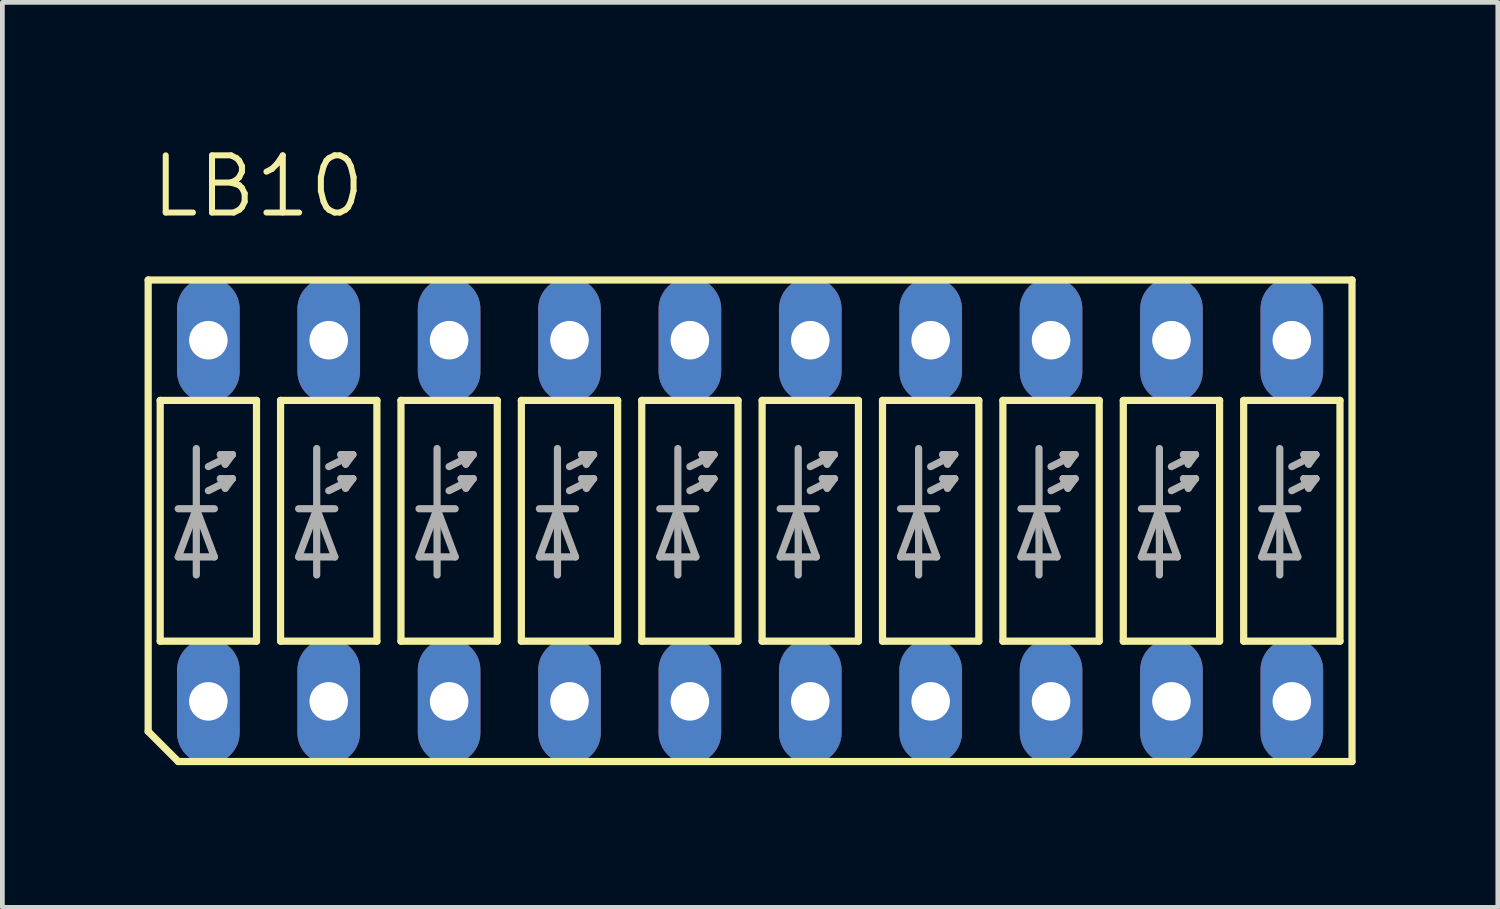
<source format=kicad_pcb>
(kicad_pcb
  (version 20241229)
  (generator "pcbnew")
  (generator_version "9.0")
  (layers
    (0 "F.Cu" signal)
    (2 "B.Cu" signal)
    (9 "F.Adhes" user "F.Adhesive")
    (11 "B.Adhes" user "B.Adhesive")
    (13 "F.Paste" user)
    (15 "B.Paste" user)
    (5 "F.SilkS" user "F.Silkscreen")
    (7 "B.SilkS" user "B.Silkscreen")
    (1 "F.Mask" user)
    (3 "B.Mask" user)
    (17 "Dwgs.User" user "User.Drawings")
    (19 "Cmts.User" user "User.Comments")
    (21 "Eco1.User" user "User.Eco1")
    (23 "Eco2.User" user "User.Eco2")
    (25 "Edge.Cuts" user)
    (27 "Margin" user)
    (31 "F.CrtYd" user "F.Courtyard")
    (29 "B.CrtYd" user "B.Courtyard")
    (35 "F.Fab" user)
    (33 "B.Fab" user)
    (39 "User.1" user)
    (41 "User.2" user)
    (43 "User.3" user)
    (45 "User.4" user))
  (footprint "LB10"
    (layer "F.Cu")
    (at 12.776 7.938)
    (property "Reference" "LB10" (at -12.7 -6.35 0) (layer "F.SilkS") (effects (font (size 1.206 1.206) (thickness 0.127)) (justify left bottom)))
    (attr through_hole)
    (fp_line (start -12.7 -5.08) (end 12.7 -5.08) (stroke (width 0.152) (type solid)) (layer "F.SilkS"))
    (fp_line (start -12.7 4.445) (end -12.7 -5.08) (stroke (width 0.152) (type solid)) (layer "F.SilkS"))
    (fp_line (start -12.7 4.445) (end -12.065 5.08) (stroke (width 0.152) (type solid)) (layer "F.SilkS"))
    (fp_line (start -12.446 -2.54) (end -10.414 -2.54) (stroke (width 0.152) (type solid)) (layer "F.SilkS"))
    (fp_line (start -12.446 2.54) (end -12.446 -2.54) (stroke (width 0.152) (type solid)) (layer "F.SilkS"))
    (fp_line (start -12.065 5.08) (end 12.7 5.08) (stroke (width 0.152) (type solid)) (layer "F.SilkS"))
    (fp_line (start -10.414 -2.54) (end -10.414 2.54) (stroke (width 0.152) (type solid)) (layer "F.SilkS"))
    (fp_line (start -10.414 2.54) (end -12.446 2.54) (stroke (width 0.152) (type solid)) (layer "F.SilkS"))
    (fp_line (start -9.906 -2.54) (end -7.874 -2.54) (stroke (width 0.152) (type solid)) (layer "F.SilkS"))
    (fp_line (start -9.906 2.54) (end -9.906 -2.54) (stroke (width 0.152) (type solid)) (layer "F.SilkS"))
    (fp_line (start -7.874 -2.54) (end -7.874 2.54) (stroke (width 0.152) (type solid)) (layer "F.SilkS"))
    (fp_line (start -7.874 2.54) (end -9.906 2.54) (stroke (width 0.152) (type solid)) (layer "F.SilkS"))
    (fp_line (start -7.366 -2.54) (end -5.334 -2.54) (stroke (width 0.152) (type solid)) (layer "F.SilkS"))
    (fp_line (start -7.366 2.54) (end -7.366 -2.54) (stroke (width 0.152) (type solid)) (layer "F.SilkS"))
    (fp_line (start -5.334 -2.54) (end -5.334 2.54) (stroke (width 0.152) (type solid)) (layer "F.SilkS"))
    (fp_line (start -5.334 2.54) (end -7.366 2.54) (stroke (width 0.152) (type solid)) (layer "F.SilkS"))
    (fp_line (start -4.826 -2.54) (end -4.826 2.54) (stroke (width 0.152) (type solid)) (layer "F.SilkS"))
    (fp_line (start -4.826 2.54) (end -2.794 2.54) (stroke (width 0.152) (type solid)) (layer "F.SilkS"))
    (fp_line (start -2.794 -2.54) (end -4.826 -2.54) (stroke (width 0.152) (type solid)) (layer "F.SilkS"))
    (fp_line (start -2.794 2.54) (end -2.794 -2.54) (stroke (width 0.152) (type solid)) (layer "F.SilkS"))
    (fp_line (start -2.286 -2.54) (end -2.286 2.54) (stroke (width 0.152) (type solid)) (layer "F.SilkS"))
    (fp_line (start -2.286 2.54) (end -0.254 2.54) (stroke (width 0.152) (type solid)) (layer "F.SilkS"))
    (fp_line (start -0.254 -2.54) (end -2.286 -2.54) (stroke (width 0.152) (type solid)) (layer "F.SilkS"))
    (fp_line (start -0.254 2.54) (end -0.254 -2.54) (stroke (width 0.152) (type solid)) (layer "F.SilkS"))
    (fp_line (start 0.254 -2.54) (end 0.254 2.54) (stroke (width 0.152) (type solid)) (layer "F.SilkS"))
    (fp_line (start 0.254 2.54) (end 2.286 2.54) (stroke (width 0.152) (type solid)) (layer "F.SilkS"))
    (fp_line (start 2.286 -2.54) (end 0.254 -2.54) (stroke (width 0.152) (type solid)) (layer "F.SilkS"))
    (fp_line (start 2.286 2.54) (end 2.286 -2.54) (stroke (width 0.152) (type solid)) (layer "F.SilkS"))
    (fp_line (start 2.794 -2.54) (end 2.794 2.54) (stroke (width 0.152) (type solid)) (layer "F.SilkS"))
    (fp_line (start 2.794 2.54) (end 4.826 2.54) (stroke (width 0.152) (type solid)) (layer "F.SilkS"))
    (fp_line (start 4.826 -2.54) (end 2.794 -2.54) (stroke (width 0.152) (type solid)) (layer "F.SilkS"))
    (fp_line (start 4.826 2.54) (end 4.826 -2.54) (stroke (width 0.152) (type solid)) (layer "F.SilkS"))
    (fp_line (start 5.334 -2.54) (end 5.334 2.54) (stroke (width 0.152) (type solid)) (layer "F.SilkS"))
    (fp_line (start 5.334 2.54) (end 7.366 2.54) (stroke (width 0.152) (type solid)) (layer "F.SilkS"))
    (fp_line (start 7.366 -2.54) (end 5.334 -2.54) (stroke (width 0.152) (type solid)) (layer "F.SilkS"))
    (fp_line (start 7.366 2.54) (end 7.366 -2.54) (stroke (width 0.152) (type solid)) (layer "F.SilkS"))
    (fp_line (start 7.874 -2.54) (end 7.874 2.54) (stroke (width 0.152) (type solid)) (layer "F.SilkS"))
    (fp_line (start 7.874 2.54) (end 9.906 2.54) (stroke (width 0.152) (type solid)) (layer "F.SilkS"))
    (fp_line (start 9.906 -2.54) (end 7.874 -2.54) (stroke (width 0.152) (type solid)) (layer "F.SilkS"))
    (fp_line (start 9.906 2.54) (end 9.906 -2.54) (stroke (width 0.152) (type solid)) (layer "F.SilkS"))
    (fp_line (start 10.414 -2.54) (end 10.414 2.54) (stroke (width 0.152) (type solid)) (layer "F.SilkS"))
    (fp_line (start 10.414 2.54) (end 12.446 2.54) (stroke (width 0.152) (type solid)) (layer "F.SilkS"))
    (fp_line (start 12.446 -2.54) (end 10.414 -2.54) (stroke (width 0.152) (type solid)) (layer "F.SilkS"))
    (fp_line (start 12.446 2.54) (end 12.446 -2.54) (stroke (width 0.152) (type solid)) (layer "F.SilkS"))
    (fp_line (start 12.7 5.08) (end 12.7 -5.08) (stroke (width 0.152) (type solid)) (layer "F.SilkS"))
    (fp_line (start -12.065 -0.254) (end -11.684 -0.254) (stroke (width 0.152) (type solid)) (layer "F.Fab"))
    (fp_line (start -12.065 0.762) (end -11.684 -0.254) (stroke (width 0.152) (type solid)) (layer "F.Fab"))
    (fp_line (start -12.065 0.762) (end -11.303 0.762) (stroke (width 0.152) (type solid)) (layer "F.Fab"))
    (fp_line (start -11.684 -0.254) (end -11.684 -1.524) (stroke (width 0.152) (type solid)) (layer "F.Fab"))
    (fp_line (start -11.684 -0.254) (end -11.303 -0.254) (stroke (width 0.152) (type solid)) (layer "F.Fab"))
    (fp_line (start -11.684 -0.254) (end -11.303 0.762) (stroke (width 0.152) (type solid)) (layer "F.Fab"))
    (fp_line (start -11.684 1.143) (end -11.684 -0.254) (stroke (width 0.152) (type solid)) (layer "F.Fab"))
    (fp_line (start -11.43 -1.143) (end -10.922 -1.397) (stroke (width 0.152) (type solid)) (layer "F.Fab"))
    (fp_line (start -11.43 -0.635) (end -10.922 -0.889) (stroke (width 0.152) (type solid)) (layer "F.Fab"))
    (fp_line (start -11.074 -1.194) (end -11.176 -1.397) (stroke (width 0.152) (type solid)) (layer "F.Fab"))
    (fp_line (start -11.074 -0.686) (end -11.176 -0.889) (stroke (width 0.152) (type solid)) (layer "F.Fab"))
    (fp_line (start -10.922 -1.397) (end -11.176 -1.397) (stroke (width 0.152) (type solid)) (layer "F.Fab"))
    (fp_line (start -10.922 -1.397) (end -11.074 -1.194) (stroke (width 0.152) (type solid)) (layer "F.Fab"))
    (fp_line (start -10.922 -0.889) (end -11.176 -0.889) (stroke (width 0.152) (type solid)) (layer "F.Fab"))
    (fp_line (start -10.922 -0.889) (end -11.074 -0.686) (stroke (width 0.152) (type solid)) (layer "F.Fab"))
    (fp_line (start -9.525 -0.254) (end -9.144 -0.254) (stroke (width 0.152) (type solid)) (layer "F.Fab"))
    (fp_line (start -9.525 0.762) (end -9.144 -0.254) (stroke (width 0.152) (type solid)) (layer "F.Fab"))
    (fp_line (start -9.525 0.762) (end -8.763 0.762) (stroke (width 0.152) (type solid)) (layer "F.Fab"))
    (fp_line (start -9.144 -0.254) (end -9.144 -1.524) (stroke (width 0.152) (type solid)) (layer "F.Fab"))
    (fp_line (start -9.144 -0.254) (end -8.763 -0.254) (stroke (width 0.152) (type solid)) (layer "F.Fab"))
    (fp_line (start -9.144 -0.254) (end -8.763 0.762) (stroke (width 0.152) (type solid)) (layer "F.Fab"))
    (fp_line (start -9.144 1.143) (end -9.144 -0.254) (stroke (width 0.152) (type solid)) (layer "F.Fab"))
    (fp_line (start -8.89 -1.143) (end -8.382 -1.397) (stroke (width 0.152) (type solid)) (layer "F.Fab"))
    (fp_line (start -8.89 -0.635) (end -8.382 -0.889) (stroke (width 0.152) (type solid)) (layer "F.Fab"))
    (fp_line (start -8.534 -1.194) (end -8.636 -1.397) (stroke (width 0.152) (type solid)) (layer "F.Fab"))
    (fp_line (start -8.534 -0.686) (end -8.636 -0.889) (stroke (width 0.152) (type solid)) (layer "F.Fab"))
    (fp_line (start -8.382 -1.397) (end -8.636 -1.397) (stroke (width 0.152) (type solid)) (layer "F.Fab"))
    (fp_line (start -8.382 -1.397) (end -8.534 -1.194) (stroke (width 0.152) (type solid)) (layer "F.Fab"))
    (fp_line (start -8.382 -0.889) (end -8.636 -0.889) (stroke (width 0.152) (type solid)) (layer "F.Fab"))
    (fp_line (start -8.382 -0.889) (end -8.534 -0.686) (stroke (width 0.152) (type solid)) (layer "F.Fab"))
    (fp_line (start -6.985 -0.254) (end -6.604 -0.254) (stroke (width 0.152) (type solid)) (layer "F.Fab"))
    (fp_line (start -6.985 0.762) (end -6.604 -0.254) (stroke (width 0.152) (type solid)) (layer "F.Fab"))
    (fp_line (start -6.985 0.762) (end -6.223 0.762) (stroke (width 0.152) (type solid)) (layer "F.Fab"))
    (fp_line (start -6.604 -0.254) (end -6.604 -1.524) (stroke (width 0.152) (type solid)) (layer "F.Fab"))
    (fp_line (start -6.604 -0.254) (end -6.223 -0.254) (stroke (width 0.152) (type solid)) (layer "F.Fab"))
    (fp_line (start -6.604 -0.254) (end -6.223 0.762) (stroke (width 0.152) (type solid)) (layer "F.Fab"))
    (fp_line (start -6.604 1.143) (end -6.604 -0.254) (stroke (width 0.152) (type solid)) (layer "F.Fab"))
    (fp_line (start -6.35 -1.143) (end -5.842 -1.397) (stroke (width 0.152) (type solid)) (layer "F.Fab"))
    (fp_line (start -6.35 -0.635) (end -5.842 -0.889) (stroke (width 0.152) (type solid)) (layer "F.Fab"))
    (fp_line (start -5.994 -1.194) (end -6.096 -1.397) (stroke (width 0.152) (type solid)) (layer "F.Fab"))
    (fp_line (start -5.994 -0.686) (end -6.096 -0.889) (stroke (width 0.152) (type solid)) (layer "F.Fab"))
    (fp_line (start -5.842 -1.397) (end -6.096 -1.397) (stroke (width 0.152) (type solid)) (layer "F.Fab"))
    (fp_line (start -5.842 -1.397) (end -5.994 -1.194) (stroke (width 0.152) (type solid)) (layer "F.Fab"))
    (fp_line (start -5.842 -0.889) (end -6.096 -0.889) (stroke (width 0.152) (type solid)) (layer "F.Fab"))
    (fp_line (start -5.842 -0.889) (end -5.994 -0.686) (stroke (width 0.152) (type solid)) (layer "F.Fab"))
    (fp_line (start -4.445 -0.254) (end -4.064 -0.254) (stroke (width 0.152) (type solid)) (layer "F.Fab"))
    (fp_line (start -4.445 0.762) (end -4.064 -0.254) (stroke (width 0.152) (type solid)) (layer "F.Fab"))
    (fp_line (start -4.445 0.762) (end -3.683 0.762) (stroke (width 0.152) (type solid)) (layer "F.Fab"))
    (fp_line (start -4.064 -0.254) (end -4.064 -1.524) (stroke (width 0.152) (type solid)) (layer "F.Fab"))
    (fp_line (start -4.064 -0.254) (end -3.683 -0.254) (stroke (width 0.152) (type solid)) (layer "F.Fab"))
    (fp_line (start -4.064 -0.254) (end -3.683 0.762) (stroke (width 0.152) (type solid)) (layer "F.Fab"))
    (fp_line (start -4.064 1.143) (end -4.064 -0.254) (stroke (width 0.152) (type solid)) (layer "F.Fab"))
    (fp_line (start -3.81 -1.143) (end -3.302 -1.397) (stroke (width 0.152) (type solid)) (layer "F.Fab"))
    (fp_line (start -3.81 -0.635) (end -3.302 -0.889) (stroke (width 0.152) (type solid)) (layer "F.Fab"))
    (fp_line (start -3.454 -1.194) (end -3.556 -1.397) (stroke (width 0.152) (type solid)) (layer "F.Fab"))
    (fp_line (start -3.454 -0.686) (end -3.556 -0.889) (stroke (width 0.152) (type solid)) (layer "F.Fab"))
    (fp_line (start -3.302 -1.397) (end -3.556 -1.397) (stroke (width 0.152) (type solid)) (layer "F.Fab"))
    (fp_line (start -3.302 -1.397) (end -3.454 -1.194) (stroke (width 0.152) (type solid)) (layer "F.Fab"))
    (fp_line (start -3.302 -0.889) (end -3.556 -0.889) (stroke (width 0.152) (type solid)) (layer "F.Fab"))
    (fp_line (start -3.302 -0.889) (end -3.454 -0.686) (stroke (width 0.152) (type solid)) (layer "F.Fab"))
    (fp_line (start -1.905 -0.254) (end -1.524 -0.254) (stroke (width 0.152) (type solid)) (layer "F.Fab"))
    (fp_line (start -1.905 0.762) (end -1.524 -0.254) (stroke (width 0.152) (type solid)) (layer "F.Fab"))
    (fp_line (start -1.905 0.762) (end -1.143 0.762) (stroke (width 0.152) (type solid)) (layer "F.Fab"))
    (fp_line (start -1.524 -0.254) (end -1.524 -1.524) (stroke (width 0.152) (type solid)) (layer "F.Fab"))
    (fp_line (start -1.524 -0.254) (end -1.143 -0.254) (stroke (width 0.152) (type solid)) (layer "F.Fab"))
    (fp_line (start -1.524 -0.254) (end -1.143 0.762) (stroke (width 0.152) (type solid)) (layer "F.Fab"))
    (fp_line (start -1.524 1.143) (end -1.524 -0.254) (stroke (width 0.152) (type solid)) (layer "F.Fab"))
    (fp_line (start -1.27 -1.143) (end -0.762 -1.397) (stroke (width 0.152) (type solid)) (layer "F.Fab"))
    (fp_line (start -1.27 -0.635) (end -0.762 -0.889) (stroke (width 0.152) (type solid)) (layer "F.Fab"))
    (fp_line (start -0.914 -1.194) (end -1.016 -1.397) (stroke (width 0.152) (type solid)) (layer "F.Fab"))
    (fp_line (start -0.914 -0.686) (end -1.016 -0.889) (stroke (width 0.152) (type solid)) (layer "F.Fab"))
    (fp_line (start -0.762 -1.397) (end -1.016 -1.397) (stroke (width 0.152) (type solid)) (layer "F.Fab"))
    (fp_line (start -0.762 -1.397) (end -0.914 -1.194) (stroke (width 0.152) (type solid)) (layer "F.Fab"))
    (fp_line (start -0.762 -0.889) (end -1.016 -0.889) (stroke (width 0.152) (type solid)) (layer "F.Fab"))
    (fp_line (start -0.762 -0.889) (end -0.914 -0.686) (stroke (width 0.152) (type solid)) (layer "F.Fab"))
    (fp_line (start 0.635 -0.254) (end 1.016 -0.254) (stroke (width 0.152) (type solid)) (layer "F.Fab"))
    (fp_line (start 0.635 0.762) (end 1.016 -0.254) (stroke (width 0.152) (type solid)) (layer "F.Fab"))
    (fp_line (start 0.635 0.762) (end 1.397 0.762) (stroke (width 0.152) (type solid)) (layer "F.Fab"))
    (fp_line (start 1.016 -0.254) (end 1.016 -1.524) (stroke (width 0.152) (type solid)) (layer "F.Fab"))
    (fp_line (start 1.016 -0.254) (end 1.397 -0.254) (stroke (width 0.152) (type solid)) (layer "F.Fab"))
    (fp_line (start 1.016 -0.254) (end 1.397 0.762) (stroke (width 0.152) (type solid)) (layer "F.Fab"))
    (fp_line (start 1.016 1.143) (end 1.016 -0.254) (stroke (width 0.152) (type solid)) (layer "F.Fab"))
    (fp_line (start 1.27 -1.143) (end 1.778 -1.397) (stroke (width 0.152) (type solid)) (layer "F.Fab"))
    (fp_line (start 1.27 -0.635) (end 1.778 -0.889) (stroke (width 0.152) (type solid)) (layer "F.Fab"))
    (fp_line (start 1.626 -1.194) (end 1.524 -1.397) (stroke (width 0.152) (type solid)) (layer "F.Fab"))
    (fp_line (start 1.626 -0.686) (end 1.524 -0.889) (stroke (width 0.152) (type solid)) (layer "F.Fab"))
    (fp_line (start 1.778 -1.397) (end 1.524 -1.397) (stroke (width 0.152) (type solid)) (layer "F.Fab"))
    (fp_line (start 1.778 -1.397) (end 1.626 -1.194) (stroke (width 0.152) (type solid)) (layer "F.Fab"))
    (fp_line (start 1.778 -0.889) (end 1.524 -0.889) (stroke (width 0.152) (type solid)) (layer "F.Fab"))
    (fp_line (start 1.778 -0.889) (end 1.626 -0.686) (stroke (width 0.152) (type solid)) (layer "F.Fab"))
    (fp_line (start 3.175 -0.254) (end 3.556 -0.254) (stroke (width 0.152) (type solid)) (layer "F.Fab"))
    (fp_line (start 3.175 0.762) (end 3.556 -0.254) (stroke (width 0.152) (type solid)) (layer "F.Fab"))
    (fp_line (start 3.175 0.762) (end 3.937 0.762) (stroke (width 0.152) (type solid)) (layer "F.Fab"))
    (fp_line (start 3.556 -0.254) (end 3.556 -1.524) (stroke (width 0.152) (type solid)) (layer "F.Fab"))
    (fp_line (start 3.556 -0.254) (end 3.937 -0.254) (stroke (width 0.152) (type solid)) (layer "F.Fab"))
    (fp_line (start 3.556 -0.254) (end 3.937 0.762) (stroke (width 0.152) (type solid)) (layer "F.Fab"))
    (fp_line (start 3.556 1.143) (end 3.556 -0.254) (stroke (width 0.152) (type solid)) (layer "F.Fab"))
    (fp_line (start 3.81 -1.143) (end 4.318 -1.397) (stroke (width 0.152) (type solid)) (layer "F.Fab"))
    (fp_line (start 3.81 -0.635) (end 4.318 -0.889) (stroke (width 0.152) (type solid)) (layer "F.Fab"))
    (fp_line (start 4.166 -1.194) (end 4.064 -1.397) (stroke (width 0.152) (type solid)) (layer "F.Fab"))
    (fp_line (start 4.166 -0.686) (end 4.064 -0.889) (stroke (width 0.152) (type solid)) (layer "F.Fab"))
    (fp_line (start 4.318 -1.397) (end 4.064 -1.397) (stroke (width 0.152) (type solid)) (layer "F.Fab"))
    (fp_line (start 4.318 -1.397) (end 4.166 -1.194) (stroke (width 0.152) (type solid)) (layer "F.Fab"))
    (fp_line (start 4.318 -0.889) (end 4.064 -0.889) (stroke (width 0.152) (type solid)) (layer "F.Fab"))
    (fp_line (start 4.318 -0.889) (end 4.166 -0.686) (stroke (width 0.152) (type solid)) (layer "F.Fab"))
    (fp_line (start 5.715 -0.254) (end 6.096 -0.254) (stroke (width 0.152) (type solid)) (layer "F.Fab"))
    (fp_line (start 5.715 0.762) (end 6.096 -0.254) (stroke (width 0.152) (type solid)) (layer "F.Fab"))
    (fp_line (start 5.715 0.762) (end 6.477 0.762) (stroke (width 0.152) (type solid)) (layer "F.Fab"))
    (fp_line (start 6.096 -0.254) (end 6.096 -1.524) (stroke (width 0.152) (type solid)) (layer "F.Fab"))
    (fp_line (start 6.096 -0.254) (end 6.477 -0.254) (stroke (width 0.152) (type solid)) (layer "F.Fab"))
    (fp_line (start 6.096 -0.254) (end 6.477 0.762) (stroke (width 0.152) (type solid)) (layer "F.Fab"))
    (fp_line (start 6.096 1.143) (end 6.096 -0.254) (stroke (width 0.152) (type solid)) (layer "F.Fab"))
    (fp_line (start 6.35 -1.143) (end 6.858 -1.397) (stroke (width 0.152) (type solid)) (layer "F.Fab"))
    (fp_line (start 6.35 -0.635) (end 6.858 -0.889) (stroke (width 0.152) (type solid)) (layer "F.Fab"))
    (fp_line (start 6.706 -1.194) (end 6.604 -1.397) (stroke (width 0.152) (type solid)) (layer "F.Fab"))
    (fp_line (start 6.706 -0.686) (end 6.604 -0.889) (stroke (width 0.152) (type solid)) (layer "F.Fab"))
    (fp_line (start 6.858 -1.397) (end 6.604 -1.397) (stroke (width 0.152) (type solid)) (layer "F.Fab"))
    (fp_line (start 6.858 -1.397) (end 6.706 -1.194) (stroke (width 0.152) (type solid)) (layer "F.Fab"))
    (fp_line (start 6.858 -0.889) (end 6.604 -0.889) (stroke (width 0.152) (type solid)) (layer "F.Fab"))
    (fp_line (start 6.858 -0.889) (end 6.706 -0.686) (stroke (width 0.152) (type solid)) (layer "F.Fab"))
    (fp_line (start 8.255 -0.254) (end 8.636 -0.254) (stroke (width 0.152) (type solid)) (layer "F.Fab"))
    (fp_line (start 8.255 0.762) (end 8.636 -0.254) (stroke (width 0.152) (type solid)) (layer "F.Fab"))
    (fp_line (start 8.255 0.762) (end 9.017 0.762) (stroke (width 0.152) (type solid)) (layer "F.Fab"))
    (fp_line (start 8.636 -0.254) (end 8.636 -1.524) (stroke (width 0.152) (type solid)) (layer "F.Fab"))
    (fp_line (start 8.636 -0.254) (end 9.017 -0.254) (stroke (width 0.152) (type solid)) (layer "F.Fab"))
    (fp_line (start 8.636 -0.254) (end 9.017 0.762) (stroke (width 0.152) (type solid)) (layer "F.Fab"))
    (fp_line (start 8.636 1.143) (end 8.636 -0.254) (stroke (width 0.152) (type solid)) (layer "F.Fab"))
    (fp_line (start 8.89 -1.143) (end 9.398 -1.397) (stroke (width 0.152) (type solid)) (layer "F.Fab"))
    (fp_line (start 8.89 -0.635) (end 9.398 -0.889) (stroke (width 0.152) (type solid)) (layer "F.Fab"))
    (fp_line (start 9.246 -1.194) (end 9.144 -1.397) (stroke (width 0.152) (type solid)) (layer "F.Fab"))
    (fp_line (start 9.246 -0.686) (end 9.144 -0.889) (stroke (width 0.152) (type solid)) (layer "F.Fab"))
    (fp_line (start 9.398 -1.397) (end 9.144 -1.397) (stroke (width 0.152) (type solid)) (layer "F.Fab"))
    (fp_line (start 9.398 -1.397) (end 9.246 -1.194) (stroke (width 0.152) (type solid)) (layer "F.Fab"))
    (fp_line (start 9.398 -0.889) (end 9.144 -0.889) (stroke (width 0.152) (type solid)) (layer "F.Fab"))
    (fp_line (start 9.398 -0.889) (end 9.246 -0.686) (stroke (width 0.152) (type solid)) (layer "F.Fab"))
    (fp_line (start 10.795 -0.254) (end 11.176 -0.254) (stroke (width 0.152) (type solid)) (layer "F.Fab"))
    (fp_line (start 10.795 0.762) (end 11.176 -0.254) (stroke (width 0.152) (type solid)) (layer "F.Fab"))
    (fp_line (start 10.795 0.762) (end 11.557 0.762) (stroke (width 0.152) (type solid)) (layer "F.Fab"))
    (fp_line (start 11.176 -0.254) (end 11.176 -1.524) (stroke (width 0.152) (type solid)) (layer "F.Fab"))
    (fp_line (start 11.176 -0.254) (end 11.557 -0.254) (stroke (width 0.152) (type solid)) (layer "F.Fab"))
    (fp_line (start 11.176 -0.254) (end 11.557 0.762) (stroke (width 0.152) (type solid)) (layer "F.Fab"))
    (fp_line (start 11.176 1.143) (end 11.176 -0.254) (stroke (width 0.152) (type solid)) (layer "F.Fab"))
    (fp_line (start 11.43 -1.143) (end 11.938 -1.397) (stroke (width 0.152) (type solid)) (layer "F.Fab"))
    (fp_line (start 11.43 -0.635) (end 11.938 -0.889) (stroke (width 0.152) (type solid)) (layer "F.Fab"))
    (fp_line (start 11.786 -1.194) (end 11.684 -1.397) (stroke (width 0.152) (type solid)) (layer "F.Fab"))
    (fp_line (start 11.786 -0.686) (end 11.684 -0.889) (stroke (width 0.152) (type solid)) (layer "F.Fab"))
    (fp_line (start 11.938 -1.397) (end 11.684 -1.397) (stroke (width 0.152) (type solid)) (layer "F.Fab"))
    (fp_line (start 11.938 -1.397) (end 11.786 -1.194) (stroke (width 0.152) (type solid)) (layer "F.Fab"))
    (fp_line (start 11.938 -0.889) (end 11.684 -0.889) (stroke (width 0.152) (type solid)) (layer "F.Fab"))
    (fp_line (start 11.938 -0.889) (end 11.786 -0.686) (stroke (width 0.152) (type solid)) (layer "F.Fab"))
    (pad "1" thru_hole oval (at -11.43 3.81 90) (size 2.642 1.321) (drill 0.813) (layers "*.Cu" "*.Mask"))
    (pad "2" thru_hole oval (at -8.89 3.81 90) (size 2.642 1.321) (drill 0.813) (layers "*.Cu" "*.Mask"))
    (pad "3" thru_hole oval (at -6.35 3.81 90) (size 2.642 1.321) (drill 0.813) (layers "*.Cu" "*.Mask"))
    (pad "4" thru_hole oval (at -3.81 3.81 90) (size 2.642 1.321) (drill 0.813) (layers "*.Cu" "*.Mask"))
    (pad "5" thru_hole oval (at -1.27 3.81 90) (size 2.642 1.321) (drill 0.813) (layers "*.Cu" "*.Mask"))
    (pad "6" thru_hole oval (at 1.27 3.81 90) (size 2.642 1.321) (drill 0.813) (layers "*.Cu" "*.Mask"))
    (pad "7" thru_hole oval (at 3.81 3.81 90) (size 2.642 1.321) (drill 0.813) (layers "*.Cu" "*.Mask"))
    (pad "8" thru_hole oval (at 6.35 3.81 90) (size 2.642 1.321) (drill 0.813) (layers "*.Cu" "*.Mask"))
    (pad "9" thru_hole oval (at 8.89 3.81 90) (size 2.642 1.321) (drill 0.813) (layers "*.Cu" "*.Mask"))
    (pad "10" thru_hole oval (at 11.43 3.81 90) (size 2.642 1.321) (drill 0.813) (layers "*.Cu" "*.Mask"))
    (pad "11" thru_hole oval (at 11.43 -3.81 90) (size 2.642 1.321) (drill 0.813) (layers "*.Cu" "*.Mask"))
    (pad "12" thru_hole oval (at 8.89 -3.81 90) (size 2.642 1.321) (drill 0.813) (layers "*.Cu" "*.Mask"))
    (pad "13" thru_hole oval (at 6.35 -3.81 90) (size 2.642 1.321) (drill 0.813) (layers "*.Cu" "*.Mask"))
    (pad "14" thru_hole oval (at 3.81 -3.81 90) (size 2.642 1.321) (drill 0.813) (layers "*.Cu" "*.Mask"))
    (pad "15" thru_hole oval (at 1.27 -3.81 90) (size 2.642 1.321) (drill 0.813) (layers "*.Cu" "*.Mask"))
    (pad "16" thru_hole oval (at -1.27 -3.81 90) (size 2.642 1.321) (drill 0.813) (layers "*.Cu" "*.Mask"))
    (pad "17" thru_hole oval (at -3.81 -3.81 90) (size 2.642 1.321) (drill 0.813) (layers "*.Cu" "*.Mask"))
    (pad "18" thru_hole oval (at -6.35 -3.81 90) (size 2.642 1.321) (drill 0.813) (layers "*.Cu" "*.Mask"))
    (pad "19" thru_hole oval (at -8.89 -3.81 90) (size 2.642 1.321) (drill 0.813) (layers "*.Cu" "*.Mask"))
    (pad "20" thru_hole oval (at -11.43 -3.81 90) (size 2.642 1.321) (drill 0.813) (layers "*.Cu" "*.Mask")))
  (gr_rect
    (start -3 -3)
    (end 28.552 16.094)
    (stroke (width 0.1) (type default))
    (fill no)
    (layer "Edge.Cuts")))
</source>
